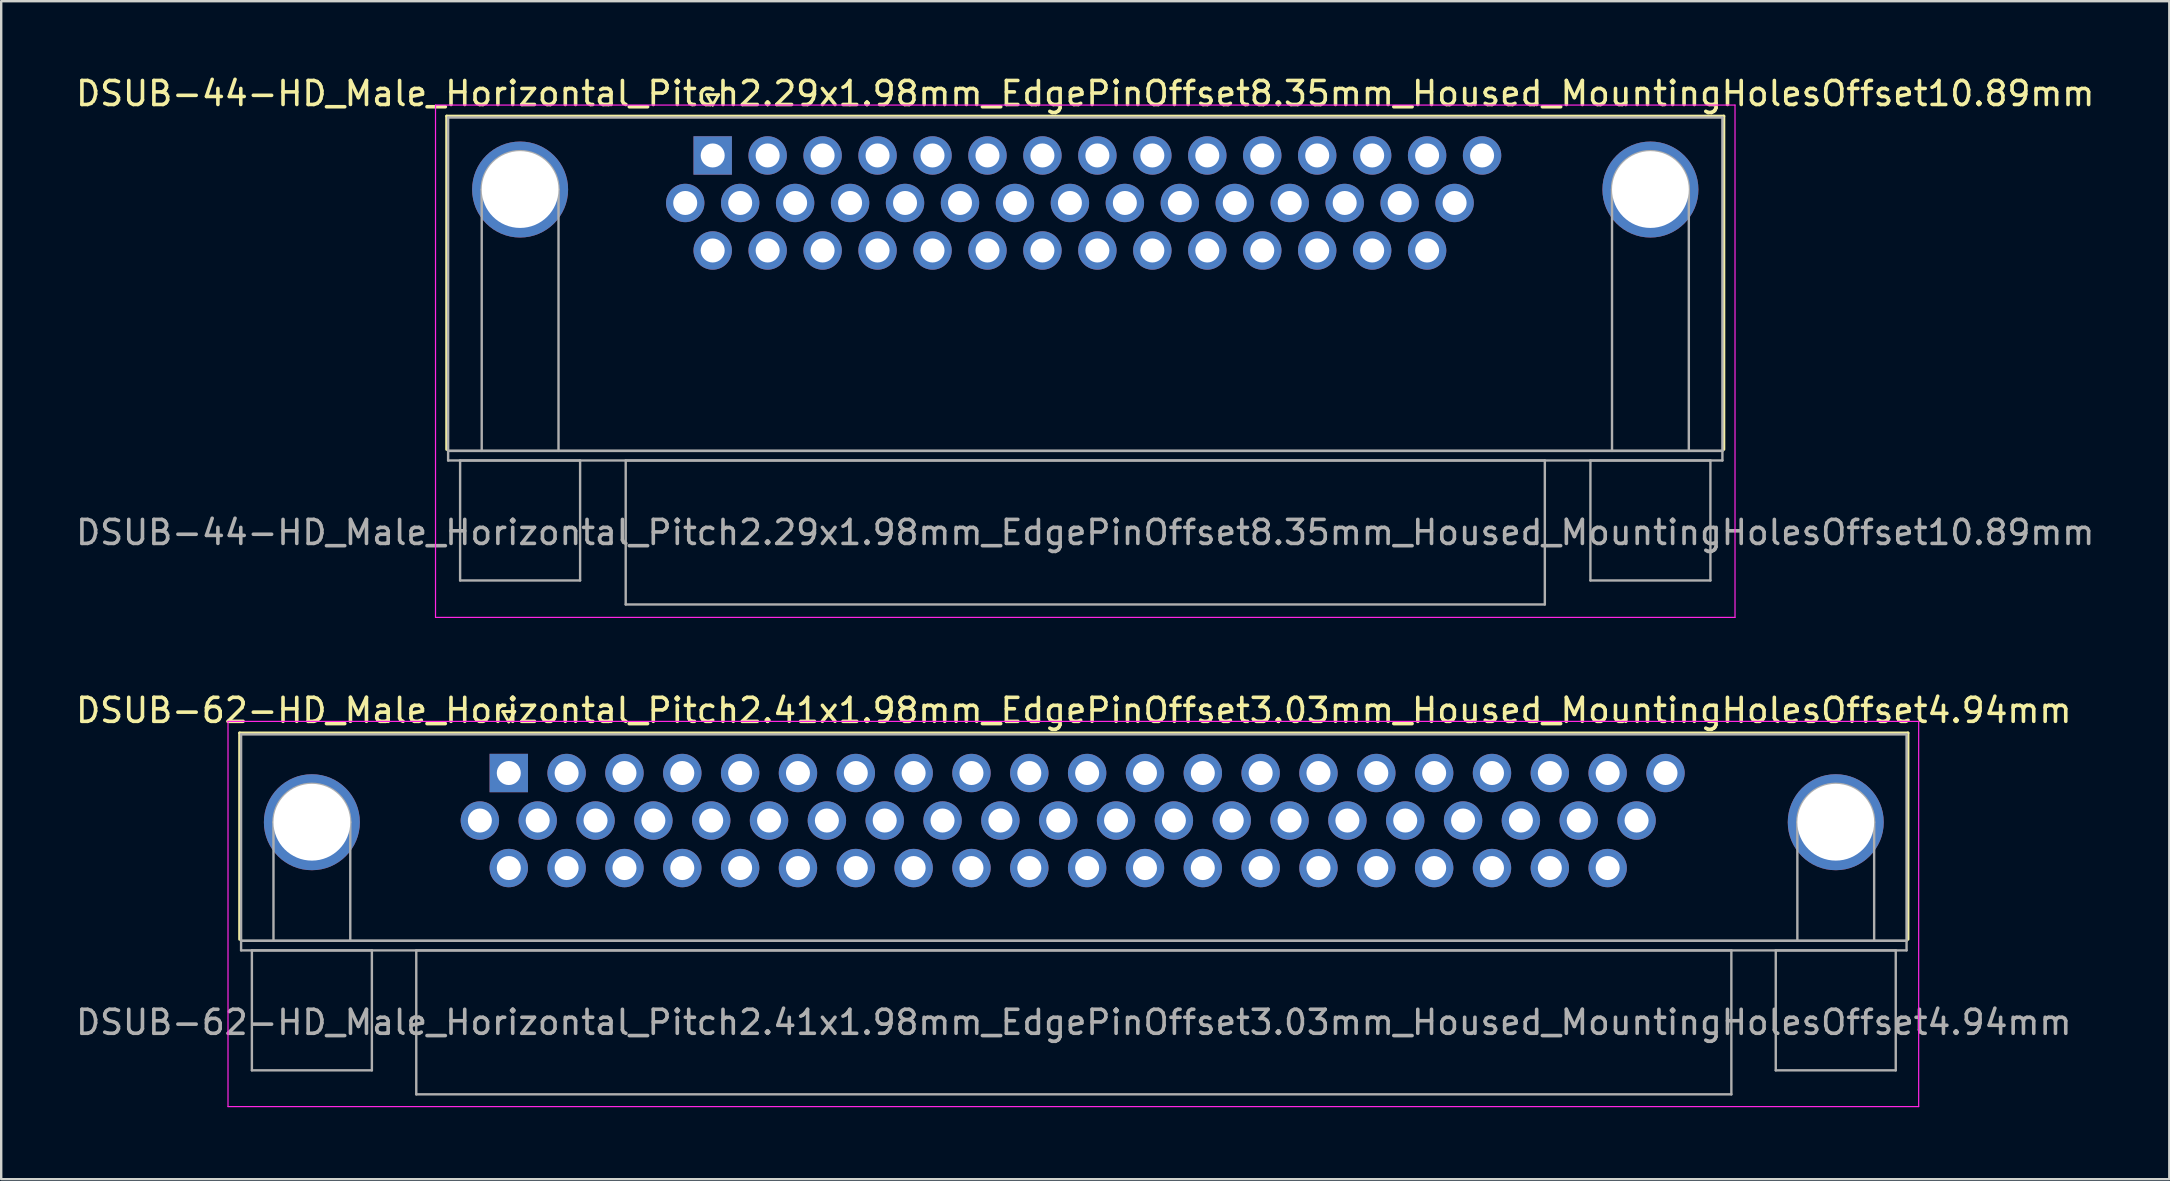
<source format=kicad_pcb>
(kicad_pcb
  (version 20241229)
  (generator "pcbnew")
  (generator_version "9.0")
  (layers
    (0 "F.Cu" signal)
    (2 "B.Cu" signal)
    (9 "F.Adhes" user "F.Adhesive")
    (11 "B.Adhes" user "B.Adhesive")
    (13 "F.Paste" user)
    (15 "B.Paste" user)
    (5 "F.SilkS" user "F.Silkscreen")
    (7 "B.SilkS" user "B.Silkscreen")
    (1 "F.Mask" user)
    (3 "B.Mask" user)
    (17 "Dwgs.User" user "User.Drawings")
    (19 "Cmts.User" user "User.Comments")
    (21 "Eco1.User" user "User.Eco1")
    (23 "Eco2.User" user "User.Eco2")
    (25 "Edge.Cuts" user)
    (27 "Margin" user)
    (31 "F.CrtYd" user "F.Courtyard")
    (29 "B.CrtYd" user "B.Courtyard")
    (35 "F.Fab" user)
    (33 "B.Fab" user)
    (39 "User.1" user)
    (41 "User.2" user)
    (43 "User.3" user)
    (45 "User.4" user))
  (footprint "DSUB-62-HD_Male_Horizontal_Pitch2.41x1.98mm_EdgePinOffset3.03mm_Housed_MountingHolesOffset4.94mm"
    (layer "F.Cu")
    (at 18.151 29.162)
    (property "Reference" "DSUB-62-HD_Male_Horizontal_Pitch2.41x1.98mm_EdgePinOffset3.03mm_Housed_MountingHolesOffset4.94mm" (at 23.545 -2.61 0) (layer "F.SilkS") (effects (font (size 1 1) (thickness 0.15))))
    (attr through_hole)
    (fp_line (start -11.215 -1.67) (end 58.305 -1.67) (stroke (width 0.12) (type solid)) (layer "F.SilkS"))
    (fp_line (start -11.215 6.93) (end -11.215 -1.67) (stroke (width 0.12) (type solid)) (layer "F.SilkS"))
    (fp_line (start -0.25 -2.564) (end 0.25 -2.564) (stroke (width 0.12) (type solid)) (layer "F.SilkS"))
    (fp_line (start 0 -2.131) (end -0.25 -2.564) (stroke (width 0.12) (type solid)) (layer "F.SilkS"))
    (fp_line (start 0.25 -2.564) (end 0 -2.131) (stroke (width 0.12) (type solid)) (layer "F.SilkS"))
    (fp_line (start 58.305 -1.67) (end 58.305 6.93) (stroke (width 0.12) (type solid)) (layer "F.SilkS"))
    (fp_line (start -11.7 -2.15) (end -11.7 13.9) (stroke (width 0.05) (type solid)) (layer "F.CrtYd"))
    (fp_line (start -11.7 13.9) (end 58.75 13.9) (stroke (width 0.05) (type solid)) (layer "F.CrtYd"))
    (fp_line (start 58.75 -2.15) (end -11.7 -2.15) (stroke (width 0.05) (type solid)) (layer "F.CrtYd"))
    (fp_line (start 58.75 13.9) (end 58.75 -2.15) (stroke (width 0.05) (type solid)) (layer "F.CrtYd"))
    (fp_line (start -11.155 -1.61) (end -11.155 6.99) (stroke (width 0.1) (type solid)) (layer "F.Fab"))
    (fp_line (start -11.155 6.99) (end -11.155 7.39) (stroke (width 0.1) (type solid)) (layer "F.Fab"))
    (fp_line (start -11.155 6.99) (end 58.245 6.99) (stroke (width 0.1) (type solid)) (layer "F.Fab"))
    (fp_line (start -11.155 7.39) (end 58.245 7.39) (stroke (width 0.1) (type solid)) (layer "F.Fab"))
    (fp_line (start -10.705 7.39) (end -10.705 12.39) (stroke (width 0.1) (type solid)) (layer "F.Fab"))
    (fp_line (start -10.705 12.39) (end -5.705 12.39) (stroke (width 0.1) (type solid)) (layer "F.Fab"))
    (fp_line (start -9.805 6.99) (end -9.805 2.05) (stroke (width 0.1) (type solid)) (layer "F.Fab"))
    (fp_line (start -6.605 6.99) (end -6.605 2.05) (stroke (width 0.1) (type solid)) (layer "F.Fab"))
    (fp_line (start -5.705 7.39) (end -10.705 7.39) (stroke (width 0.1) (type solid)) (layer "F.Fab"))
    (fp_line (start -5.705 12.39) (end -5.705 7.39) (stroke (width 0.1) (type solid)) (layer "F.Fab"))
    (fp_line (start -3.855 7.39) (end -3.855 13.39) (stroke (width 0.1) (type solid)) (layer "F.Fab"))
    (fp_line (start -3.855 13.39) (end 50.945 13.39) (stroke (width 0.1) (type solid)) (layer "F.Fab"))
    (fp_line (start 50.945 7.39) (end -3.855 7.39) (stroke (width 0.1) (type solid)) (layer "F.Fab"))
    (fp_line (start 50.945 13.39) (end 50.945 7.39) (stroke (width 0.1) (type solid)) (layer "F.Fab"))
    (fp_line (start 52.795 7.39) (end 52.795 12.39) (stroke (width 0.1) (type solid)) (layer "F.Fab"))
    (fp_line (start 52.795 12.39) (end 57.795 12.39) (stroke (width 0.1) (type solid)) (layer "F.Fab"))
    (fp_line (start 53.695 6.99) (end 53.695 2.05) (stroke (width 0.1) (type solid)) (layer "F.Fab"))
    (fp_line (start 56.895 6.99) (end 56.895 2.05) (stroke (width 0.1) (type solid)) (layer "F.Fab"))
    (fp_line (start 57.795 7.39) (end 52.795 7.39) (stroke (width 0.1) (type solid)) (layer "F.Fab"))
    (fp_line (start 57.795 12.39) (end 57.795 7.39) (stroke (width 0.1) (type solid)) (layer "F.Fab"))
    (fp_line (start 58.245 -1.61) (end -11.155 -1.61) (stroke (width 0.1) (type solid)) (layer "F.Fab"))
    (fp_line (start 58.245 6.99) (end -11.155 6.99) (stroke (width 0.1) (type solid)) (layer "F.Fab"))
    (fp_line (start 58.245 6.99) (end 58.245 -1.61) (stroke (width 0.1) (type solid)) (layer "F.Fab"))
    (fp_line (start 58.245 7.39) (end 58.245 6.99) (stroke (width 0.1) (type solid)) (layer "F.Fab"))
    (fp_arc (start -9.805 2.05) (mid -8.205 0.45) (end -6.605 2.05) (stroke (width 0.1) (type solid)) (layer "F.Fab"))
    (fp_arc (start 53.695 2.05) (mid 55.295 0.45) (end 56.895 2.05) (stroke (width 0.1) (type solid)) (layer "F.Fab"))
    (fp_text user "${REFERENCE}" (at 23.545 10.39 0) (layer "F.Fab") (effects (font (size 1 1) (thickness 0.15))))
    (pad "0" thru_hole circle (at -8.205 2.05) (size 4 4) (drill 3.2) (layers "*.Cu" "*.Mask"))
    (pad "0" thru_hole circle (at 55.295 2.05) (size 4 4) (drill 3.2) (layers "*.Cu" "*.Mask"))
    (pad "1" thru_hole rect (at 0 0) (size 1.6 1.6) (drill 1) (layers "*.Cu" "*.Mask"))
    (pad "2" thru_hole circle (at 2.41 0) (size 1.6 1.6) (drill 1) (layers "*.Cu" "*.Mask"))
    (pad "3" thru_hole circle (at 4.82 0) (size 1.6 1.6) (drill 1) (layers "*.Cu" "*.Mask"))
    (pad "4" thru_hole circle (at 7.23 0) (size 1.6 1.6) (drill 1) (layers "*.Cu" "*.Mask"))
    (pad "5" thru_hole circle (at 9.64 0) (size 1.6 1.6) (drill 1) (layers "*.Cu" "*.Mask"))
    (pad "6" thru_hole circle (at 12.05 0) (size 1.6 1.6) (drill 1) (layers "*.Cu" "*.Mask"))
    (pad "7" thru_hole circle (at 14.46 0) (size 1.6 1.6) (drill 1) (layers "*.Cu" "*.Mask"))
    (pad "8" thru_hole circle (at 16.87 0) (size 1.6 1.6) (drill 1) (layers "*.Cu" "*.Mask"))
    (pad "9" thru_hole circle (at 19.28 0) (size 1.6 1.6) (drill 1) (layers "*.Cu" "*.Mask"))
    (pad "10" thru_hole circle (at 21.69 0) (size 1.6 1.6) (drill 1) (layers "*.Cu" "*.Mask"))
    (pad "11" thru_hole circle (at 24.1 0) (size 1.6 1.6) (drill 1) (layers "*.Cu" "*.Mask"))
    (pad "12" thru_hole circle (at 26.51 0) (size 1.6 1.6) (drill 1) (layers "*.Cu" "*.Mask"))
    (pad "13" thru_hole circle (at 28.92 0) (size 1.6 1.6) (drill 1) (layers "*.Cu" "*.Mask"))
    (pad "14" thru_hole circle (at 31.33 0) (size 1.6 1.6) (drill 1) (layers "*.Cu" "*.Mask"))
    (pad "15" thru_hole circle (at 33.74 0) (size 1.6 1.6) (drill 1) (layers "*.Cu" "*.Mask"))
    (pad "16" thru_hole circle (at 36.15 0) (size 1.6 1.6) (drill 1) (layers "*.Cu" "*.Mask"))
    (pad "17" thru_hole circle (at 38.56 0) (size 1.6 1.6) (drill 1) (layers "*.Cu" "*.Mask"))
    (pad "18" thru_hole circle (at 40.97 0) (size 1.6 1.6) (drill 1) (layers "*.Cu" "*.Mask"))
    (pad "19" thru_hole circle (at 43.38 0) (size 1.6 1.6) (drill 1) (layers "*.Cu" "*.Mask"))
    (pad "20" thru_hole circle (at 45.79 0) (size 1.6 1.6) (drill 1) (layers "*.Cu" "*.Mask"))
    (pad "21" thru_hole circle (at 48.2 0) (size 1.6 1.6) (drill 1) (layers "*.Cu" "*.Mask"))
    (pad "22" thru_hole circle (at -1.205 1.98) (size 1.6 1.6) (drill 1) (layers "*.Cu" "*.Mask"))
    (pad "23" thru_hole circle (at 1.205 1.98) (size 1.6 1.6) (drill 1) (layers "*.Cu" "*.Mask"))
    (pad "24" thru_hole circle (at 3.615 1.98) (size 1.6 1.6) (drill 1) (layers "*.Cu" "*.Mask"))
    (pad "25" thru_hole circle (at 6.025 1.98) (size 1.6 1.6) (drill 1) (layers "*.Cu" "*.Mask"))
    (pad "26" thru_hole circle (at 8.435 1.98) (size 1.6 1.6) (drill 1) (layers "*.Cu" "*.Mask"))
    (pad "27" thru_hole circle (at 10.845 1.98) (size 1.6 1.6) (drill 1) (layers "*.Cu" "*.Mask"))
    (pad "28" thru_hole circle (at 13.255 1.98) (size 1.6 1.6) (drill 1) (layers "*.Cu" "*.Mask"))
    (pad "29" thru_hole circle (at 15.665 1.98) (size 1.6 1.6) (drill 1) (layers "*.Cu" "*.Mask"))
    (pad "30" thru_hole circle (at 18.075 1.98) (size 1.6 1.6) (drill 1) (layers "*.Cu" "*.Mask"))
    (pad "31" thru_hole circle (at 20.485 1.98) (size 1.6 1.6) (drill 1) (layers "*.Cu" "*.Mask"))
    (pad "32" thru_hole circle (at 22.895 1.98) (size 1.6 1.6) (drill 1) (layers "*.Cu" "*.Mask"))
    (pad "33" thru_hole circle (at 25.305 1.98) (size 1.6 1.6) (drill 1) (layers "*.Cu" "*.Mask"))
    (pad "34" thru_hole circle (at 27.715 1.98) (size 1.6 1.6) (drill 1) (layers "*.Cu" "*.Mask"))
    (pad "35" thru_hole circle (at 30.125 1.98) (size 1.6 1.6) (drill 1) (layers "*.Cu" "*.Mask"))
    (pad "36" thru_hole circle (at 32.535 1.98) (size 1.6 1.6) (drill 1) (layers "*.Cu" "*.Mask"))
    (pad "37" thru_hole circle (at 34.945 1.98) (size 1.6 1.6) (drill 1) (layers "*.Cu" "*.Mask"))
    (pad "38" thru_hole circle (at 37.355 1.98) (size 1.6 1.6) (drill 1) (layers "*.Cu" "*.Mask"))
    (pad "39" thru_hole circle (at 39.765 1.98) (size 1.6 1.6) (drill 1) (layers "*.Cu" "*.Mask"))
    (pad "40" thru_hole circle (at 42.175 1.98) (size 1.6 1.6) (drill 1) (layers "*.Cu" "*.Mask"))
    (pad "41" thru_hole circle (at 44.585 1.98) (size 1.6 1.6) (drill 1) (layers "*.Cu" "*.Mask"))
    (pad "42" thru_hole circle (at 46.995 1.98) (size 1.6 1.6) (drill 1) (layers "*.Cu" "*.Mask"))
    (pad "43" thru_hole circle (at 0 3.96) (size 1.6 1.6) (drill 1) (layers "*.Cu" "*.Mask"))
    (pad "44" thru_hole circle (at 2.41 3.96) (size 1.6 1.6) (drill 1) (layers "*.Cu" "*.Mask"))
    (pad "45" thru_hole circle (at 4.82 3.96) (size 1.6 1.6) (drill 1) (layers "*.Cu" "*.Mask"))
    (pad "46" thru_hole circle (at 7.23 3.96) (size 1.6 1.6) (drill 1) (layers "*.Cu" "*.Mask"))
    (pad "47" thru_hole circle (at 9.64 3.96) (size 1.6 1.6) (drill 1) (layers "*.Cu" "*.Mask"))
    (pad "48" thru_hole circle (at 12.05 3.96) (size 1.6 1.6) (drill 1) (layers "*.Cu" "*.Mask"))
    (pad "49" thru_hole circle (at 14.46 3.96) (size 1.6 1.6) (drill 1) (layers "*.Cu" "*.Mask"))
    (pad "50" thru_hole circle (at 16.87 3.96) (size 1.6 1.6) (drill 1) (layers "*.Cu" "*.Mask"))
    (pad "51" thru_hole circle (at 19.28 3.96) (size 1.6 1.6) (drill 1) (layers "*.Cu" "*.Mask"))
    (pad "52" thru_hole circle (at 21.69 3.96) (size 1.6 1.6) (drill 1) (layers "*.Cu" "*.Mask"))
    (pad "53" thru_hole circle (at 24.1 3.96) (size 1.6 1.6) (drill 1) (layers "*.Cu" "*.Mask"))
    (pad "54" thru_hole circle (at 26.51 3.96) (size 1.6 1.6) (drill 1) (layers "*.Cu" "*.Mask"))
    (pad "55" thru_hole circle (at 28.92 3.96) (size 1.6 1.6) (drill 1) (layers "*.Cu" "*.Mask"))
    (pad "56" thru_hole circle (at 31.33 3.96) (size 1.6 1.6) (drill 1) (layers "*.Cu" "*.Mask"))
    (pad "57" thru_hole circle (at 33.74 3.96) (size 1.6 1.6) (drill 1) (layers "*.Cu" "*.Mask"))
    (pad "58" thru_hole circle (at 36.15 3.96) (size 1.6 1.6) (drill 1) (layers "*.Cu" "*.Mask"))
    (pad "59" thru_hole circle (at 38.56 3.96) (size 1.6 1.6) (drill 1) (layers "*.Cu" "*.Mask"))
    (pad "60" thru_hole circle (at 40.97 3.96) (size 1.6 1.6) (drill 1) (layers "*.Cu" "*.Mask"))
    (pad "61" thru_hole circle (at 43.38 3.96) (size 1.6 1.6) (drill 1) (layers "*.Cu" "*.Mask"))
    (pad "62" thru_hole circle (at 45.79 3.96) (size 1.6 1.6) (drill 1) (layers "*.Cu" "*.Mask")))
  (footprint "DSUB-44-HD_Male_Horizontal_Pitch2.29x1.98mm_EdgePinOffset8.35mm_Housed_MountingHolesOffset10.89mm"
    (layer "F.Cu")
    (at 26.648 3.428)
    (property "Reference" "DSUB-44-HD_Male_Horizontal_Pitch2.29x1.98mm_EdgePinOffset8.35mm_Housed_MountingHolesOffset10.89mm" (at 15.525 -2.58 0) (layer "F.SilkS") (effects (font (size 1 1) (thickness 0.15))))
    (attr through_hole)
    (fp_line (start -11.085 -1.64) (end 42.135 -1.64) (stroke (width 0.12) (type solid)) (layer "F.SilkS"))
    (fp_line (start -11.085 12.25) (end -11.085 -1.64) (stroke (width 0.12) (type solid)) (layer "F.SilkS"))
    (fp_line (start -0.25 -2.534) (end 0.25 -2.534) (stroke (width 0.12) (type solid)) (layer "F.SilkS"))
    (fp_line (start 0 -2.101) (end -0.25 -2.534) (stroke (width 0.12) (type solid)) (layer "F.SilkS"))
    (fp_line (start 0.25 -2.534) (end 0 -2.101) (stroke (width 0.12) (type solid)) (layer "F.SilkS"))
    (fp_line (start 42.135 -1.64) (end 42.135 12.25) (stroke (width 0.12) (type solid)) (layer "F.SilkS"))
    (fp_line (start -11.55 -2.1) (end -11.55 19.25) (stroke (width 0.05) (type solid)) (layer "F.CrtYd"))
    (fp_line (start -11.55 19.25) (end 42.6 19.25) (stroke (width 0.05) (type solid)) (layer "F.CrtYd"))
    (fp_line (start 42.6 -2.1) (end -11.55 -2.1) (stroke (width 0.05) (type solid)) (layer "F.CrtYd"))
    (fp_line (start 42.6 19.25) (end 42.6 -2.1) (stroke (width 0.05) (type solid)) (layer "F.CrtYd"))
    (fp_line (start -11.025 -1.58) (end -11.025 12.31) (stroke (width 0.1) (type solid)) (layer "F.Fab"))
    (fp_line (start -11.025 12.31) (end -11.025 12.71) (stroke (width 0.1) (type solid)) (layer "F.Fab"))
    (fp_line (start -11.025 12.31) (end 42.075 12.31) (stroke (width 0.1) (type solid)) (layer "F.Fab"))
    (fp_line (start -11.025 12.71) (end 42.075 12.71) (stroke (width 0.1) (type solid)) (layer "F.Fab"))
    (fp_line (start -10.525 12.71) (end -10.525 17.71) (stroke (width 0.1) (type solid)) (layer "F.Fab"))
    (fp_line (start -10.525 17.71) (end -5.525 17.71) (stroke (width 0.1) (type solid)) (layer "F.Fab"))
    (fp_line (start -9.625 12.31) (end -9.625 1.42) (stroke (width 0.1) (type solid)) (layer "F.Fab"))
    (fp_line (start -6.425 12.31) (end -6.425 1.42) (stroke (width 0.1) (type solid)) (layer "F.Fab"))
    (fp_line (start -5.525 12.71) (end -10.525 12.71) (stroke (width 0.1) (type solid)) (layer "F.Fab"))
    (fp_line (start -5.525 17.71) (end -5.525 12.71) (stroke (width 0.1) (type solid)) (layer "F.Fab"))
    (fp_line (start -3.625 12.71) (end -3.625 18.71) (stroke (width 0.1) (type solid)) (layer "F.Fab"))
    (fp_line (start -3.625 18.71) (end 34.675 18.71) (stroke (width 0.1) (type solid)) (layer "F.Fab"))
    (fp_line (start 34.675 12.71) (end -3.625 12.71) (stroke (width 0.1) (type solid)) (layer "F.Fab"))
    (fp_line (start 34.675 18.71) (end 34.675 12.71) (stroke (width 0.1) (type solid)) (layer "F.Fab"))
    (fp_line (start 36.575 12.71) (end 36.575 17.71) (stroke (width 0.1) (type solid)) (layer "F.Fab"))
    (fp_line (start 36.575 17.71) (end 41.575 17.71) (stroke (width 0.1) (type solid)) (layer "F.Fab"))
    (fp_line (start 37.475 12.31) (end 37.475 1.42) (stroke (width 0.1) (type solid)) (layer "F.Fab"))
    (fp_line (start 40.675 12.31) (end 40.675 1.42) (stroke (width 0.1) (type solid)) (layer "F.Fab"))
    (fp_line (start 41.575 12.71) (end 36.575 12.71) (stroke (width 0.1) (type solid)) (layer "F.Fab"))
    (fp_line (start 41.575 17.71) (end 41.575 12.71) (stroke (width 0.1) (type solid)) (layer "F.Fab"))
    (fp_line (start 42.075 -1.58) (end -11.025 -1.58) (stroke (width 0.1) (type solid)) (layer "F.Fab"))
    (fp_line (start 42.075 12.31) (end -11.025 12.31) (stroke (width 0.1) (type solid)) (layer "F.Fab"))
    (fp_line (start 42.075 12.31) (end 42.075 -1.58) (stroke (width 0.1) (type solid)) (layer "F.Fab"))
    (fp_line (start 42.075 12.71) (end 42.075 12.31) (stroke (width 0.1) (type solid)) (layer "F.Fab"))
    (fp_arc (start -9.625 1.42) (mid -8.025 -0.18) (end -6.425 1.42) (stroke (width 0.1) (type solid)) (layer "F.Fab"))
    (fp_arc (start 37.475 1.42) (mid 39.075 -0.18) (end 40.675 1.42) (stroke (width 0.1) (type solid)) (layer "F.Fab"))
    (fp_text user "${REFERENCE}" (at 15.525 15.71 0) (layer "F.Fab") (effects (font (size 1 1) (thickness 0.15))))
    (pad "0" thru_hole circle (at -8.025 1.42) (size 4 4) (drill 3.2) (layers "*.Cu" "*.Mask"))
    (pad "0" thru_hole circle (at 39.075 1.42) (size 4 4) (drill 3.2) (layers "*.Cu" "*.Mask"))
    (pad "1" thru_hole rect (at 0 0) (size 1.6 1.6) (drill 1) (layers "*.Cu" "*.Mask"))
    (pad "2" thru_hole circle (at 2.29 0) (size 1.6 1.6) (drill 1) (layers "*.Cu" "*.Mask"))
    (pad "3" thru_hole circle (at 4.58 0) (size 1.6 1.6) (drill 1) (layers "*.Cu" "*.Mask"))
    (pad "4" thru_hole circle (at 6.87 0) (size 1.6 1.6) (drill 1) (layers "*.Cu" "*.Mask"))
    (pad "5" thru_hole circle (at 9.16 0) (size 1.6 1.6) (drill 1) (layers "*.Cu" "*.Mask"))
    (pad "6" thru_hole circle (at 11.45 0) (size 1.6 1.6) (drill 1) (layers "*.Cu" "*.Mask"))
    (pad "7" thru_hole circle (at 13.74 0) (size 1.6 1.6) (drill 1) (layers "*.Cu" "*.Mask"))
    (pad "8" thru_hole circle (at 16.03 0) (size 1.6 1.6) (drill 1) (layers "*.Cu" "*.Mask"))
    (pad "9" thru_hole circle (at 18.32 0) (size 1.6 1.6) (drill 1) (layers "*.Cu" "*.Mask"))
    (pad "10" thru_hole circle (at 20.61 0) (size 1.6 1.6) (drill 1) (layers "*.Cu" "*.Mask"))
    (pad "11" thru_hole circle (at 22.9 0) (size 1.6 1.6) (drill 1) (layers "*.Cu" "*.Mask"))
    (pad "12" thru_hole circle (at 25.19 0) (size 1.6 1.6) (drill 1) (layers "*.Cu" "*.Mask"))
    (pad "13" thru_hole circle (at 27.48 0) (size 1.6 1.6) (drill 1) (layers "*.Cu" "*.Mask"))
    (pad "14" thru_hole circle (at 29.77 0) (size 1.6 1.6) (drill 1) (layers "*.Cu" "*.Mask"))
    (pad "15" thru_hole circle (at 32.06 0) (size 1.6 1.6) (drill 1) (layers "*.Cu" "*.Mask"))
    (pad "16" thru_hole circle (at -1.145 1.98) (size 1.6 1.6) (drill 1) (layers "*.Cu" "*.Mask"))
    (pad "17" thru_hole circle (at 1.145 1.98) (size 1.6 1.6) (drill 1) (layers "*.Cu" "*.Mask"))
    (pad "18" thru_hole circle (at 3.435 1.98) (size 1.6 1.6) (drill 1) (layers "*.Cu" "*.Mask"))
    (pad "19" thru_hole circle (at 5.725 1.98) (size 1.6 1.6) (drill 1) (layers "*.Cu" "*.Mask"))
    (pad "20" thru_hole circle (at 8.015 1.98) (size 1.6 1.6) (drill 1) (layers "*.Cu" "*.Mask"))
    (pad "21" thru_hole circle (at 10.305 1.98) (size 1.6 1.6) (drill 1) (layers "*.Cu" "*.Mask"))
    (pad "22" thru_hole circle (at 12.595 1.98) (size 1.6 1.6) (drill 1) (layers "*.Cu" "*.Mask"))
    (pad "23" thru_hole circle (at 14.885 1.98) (size 1.6 1.6) (drill 1) (layers "*.Cu" "*.Mask"))
    (pad "24" thru_hole circle (at 17.175 1.98) (size 1.6 1.6) (drill 1) (layers "*.Cu" "*.Mask"))
    (pad "25" thru_hole circle (at 19.465 1.98) (size 1.6 1.6) (drill 1) (layers "*.Cu" "*.Mask"))
    (pad "26" thru_hole circle (at 21.755 1.98) (size 1.6 1.6) (drill 1) (layers "*.Cu" "*.Mask"))
    (pad "27" thru_hole circle (at 24.045 1.98) (size 1.6 1.6) (drill 1) (layers "*.Cu" "*.Mask"))
    (pad "28" thru_hole circle (at 26.335 1.98) (size 1.6 1.6) (drill 1) (layers "*.Cu" "*.Mask"))
    (pad "29" thru_hole circle (at 28.625 1.98) (size 1.6 1.6) (drill 1) (layers "*.Cu" "*.Mask"))
    (pad "30" thru_hole circle (at 30.915 1.98) (size 1.6 1.6) (drill 1) (layers "*.Cu" "*.Mask"))
    (pad "31" thru_hole circle (at 0 3.96) (size 1.6 1.6) (drill 1) (layers "*.Cu" "*.Mask"))
    (pad "32" thru_hole circle (at 2.29 3.96) (size 1.6 1.6) (drill 1) (layers "*.Cu" "*.Mask"))
    (pad "33" thru_hole circle (at 4.58 3.96) (size 1.6 1.6) (drill 1) (layers "*.Cu" "*.Mask"))
    (pad "34" thru_hole circle (at 6.87 3.96) (size 1.6 1.6) (drill 1) (layers "*.Cu" "*.Mask"))
    (pad "35" thru_hole circle (at 9.16 3.96) (size 1.6 1.6) (drill 1) (layers "*.Cu" "*.Mask"))
    (pad "36" thru_hole circle (at 11.45 3.96) (size 1.6 1.6) (drill 1) (layers "*.Cu" "*.Mask"))
    (pad "37" thru_hole circle (at 13.74 3.96) (size 1.6 1.6) (drill 1) (layers "*.Cu" "*.Mask"))
    (pad "38" thru_hole circle (at 16.03 3.96) (size 1.6 1.6) (drill 1) (layers "*.Cu" "*.Mask"))
    (pad "39" thru_hole circle (at 18.32 3.96) (size 1.6 1.6) (drill 1) (layers "*.Cu" "*.Mask"))
    (pad "40" thru_hole circle (at 20.61 3.96) (size 1.6 1.6) (drill 1) (layers "*.Cu" "*.Mask"))
    (pad "41" thru_hole circle (at 22.9 3.96) (size 1.6 1.6) (drill 1) (layers "*.Cu" "*.Mask"))
    (pad "42" thru_hole circle (at 25.19 3.96) (size 1.6 1.6) (drill 1) (layers "*.Cu" "*.Mask"))
    (pad "43" thru_hole circle (at 27.48 3.96) (size 1.6 1.6) (drill 1) (layers "*.Cu" "*.Mask"))
    (pad "44" thru_hole circle (at 29.77 3.96) (size 1.6 1.6) (drill 1) (layers "*.Cu" "*.Mask")))
  (gr_rect
    (start -3 -3)
    (end 87.345 46.087)
    (stroke (width 0.1) (type default))
    (fill no)
    (layer "Edge.Cuts")))
</source>
